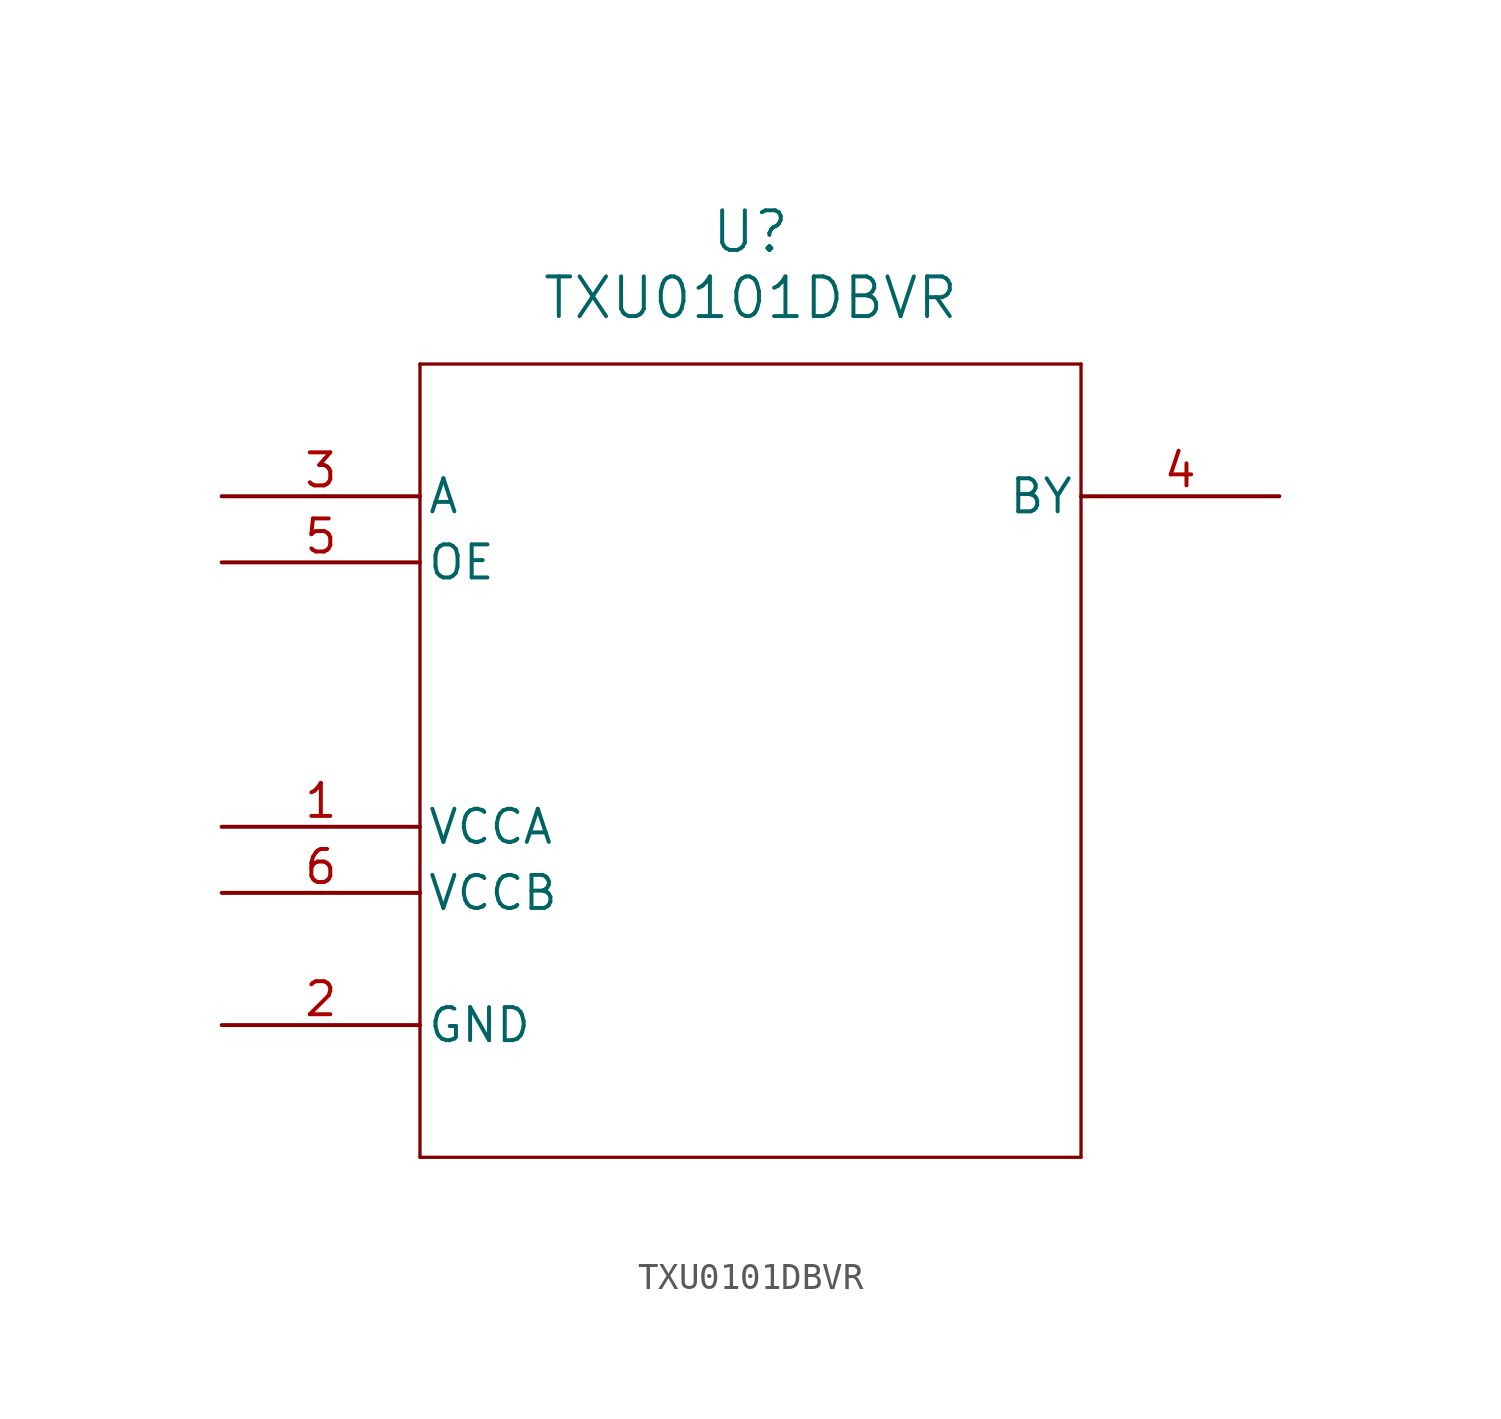
<source format=kicad_sym>
(kicad_symbol_lib
  (version 20211014)
  (generator kicad_symbol_editor)
  (symbol "TXU0101DBVR"
    (pin_names
      (offset 0.254))
    (property "Reference" "U"
      (at 20.32 10.16 0)
      (effects (font (size 1.524 1.524))))
    (property "Value" "TXU0101DBVR"
      (at 20.32 7.62 0)
      (effects (font (size 1.524 1.524))))
    (symbol "TXU0101DBVR_0_1"
      (polyline (pts (xy 7.62 5.08) (xy 7.62 -25.4)) (stroke (width 0.127) (type default) (color 0 0 0 0)) (fill (type none)))
      (polyline (pts (xy 7.62 -25.4) (xy 33.02 -25.4)) (stroke (width 0.127) (type default) (color 0 0 0 0)) (fill (type none)))
      (polyline (pts (xy 33.02 -25.4) (xy 33.02 5.08)) (stroke (width 0.127) (type default) (color 0 0 0 0)) (fill (type none)))
      (polyline (pts (xy 33.02 5.08) (xy 7.62 5.08)) (stroke (width 0.127) (type default) (color 0 0 0 0)) (fill (type none)))
      (pin power_in line (at 0 -12.7 0) (length 7.62) (name "VCCA" (effects (font (size 1.27 1.27)))) (number "1" (effects (font (size 1.27 1.27)))))
      (pin power_out line (at 0 -20.32 0) (length 7.62) (name "GND" (effects (font (size 1.27 1.27)))) (number "2" (effects (font (size 1.27 1.27)))))
      (pin input line (at 0 0 0) (length 7.62) (name "A" (effects (font (size 1.27 1.27)))) (number "3" (effects (font (size 1.27 1.27)))))
      (pin output line (at 40.64 0 180) (length 7.62) (name "BY" (effects (font (size 1.27 1.27)))) (number "4" (effects (font (size 1.27 1.27)))))
      (pin input line (at 0 -2.54 0) (length 7.62) (name "OE" (effects (font (size 1.27 1.27)))) (number "5" (effects (font (size 1.27 1.27)))))
      (pin power_in line (at 0 -15.24 0) (length 7.62) (name "VCCB" (effects (font (size 1.27 1.27)))) (number "6" (effects (font (size 1.27 1.27))))))))
</source>
